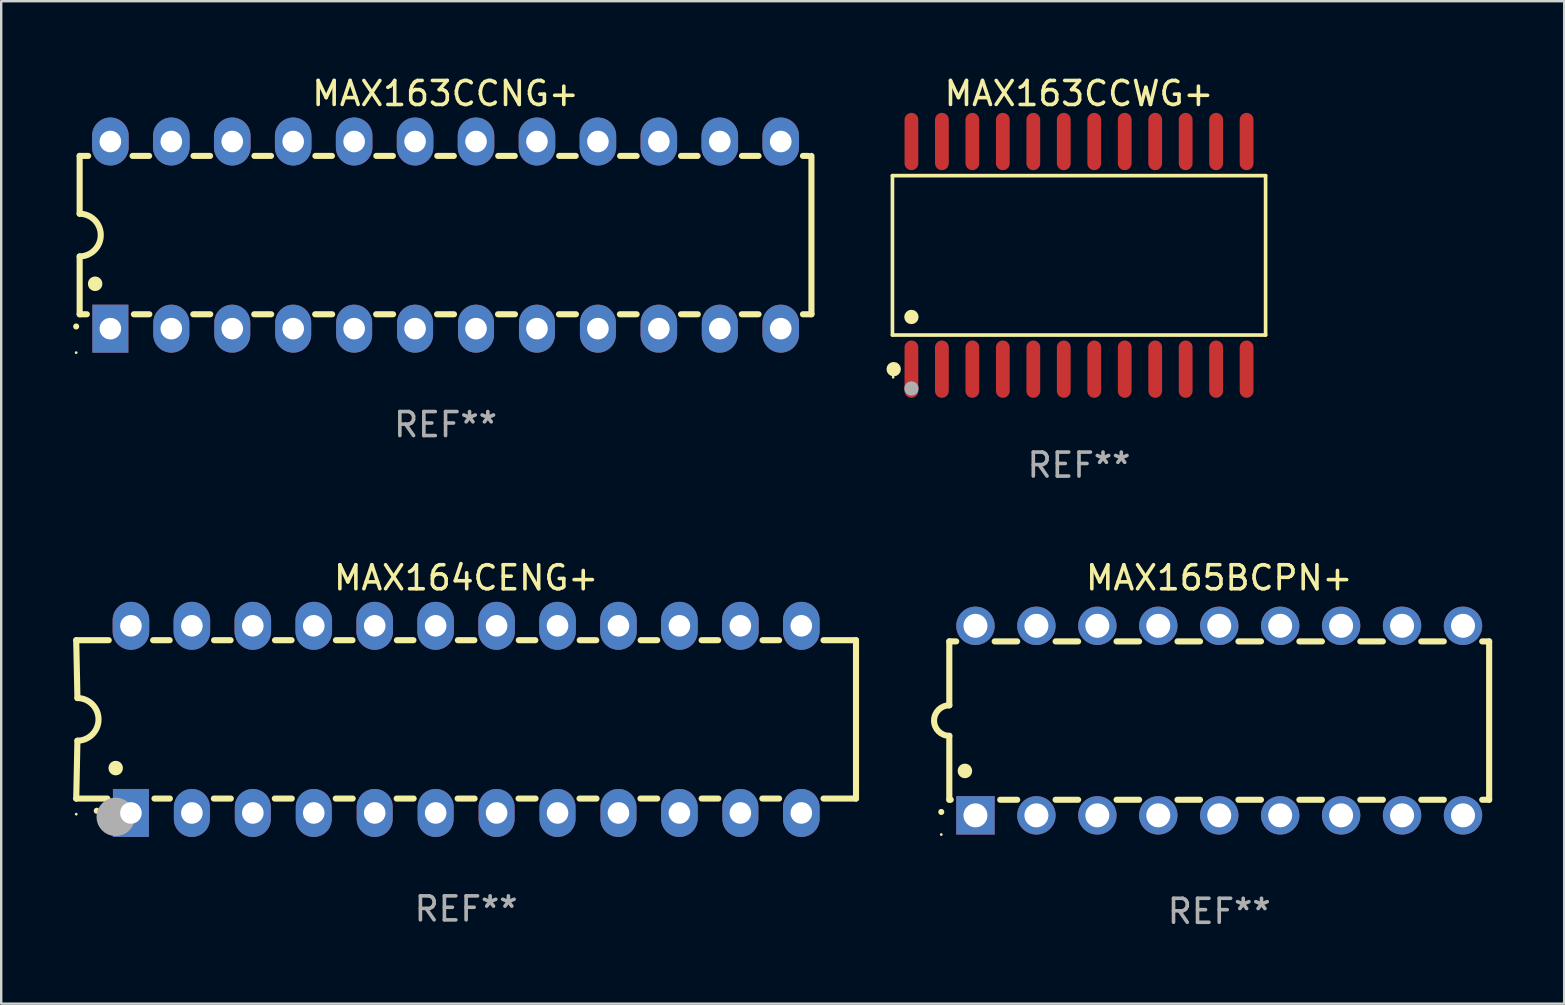
<source format=kicad_pcb>
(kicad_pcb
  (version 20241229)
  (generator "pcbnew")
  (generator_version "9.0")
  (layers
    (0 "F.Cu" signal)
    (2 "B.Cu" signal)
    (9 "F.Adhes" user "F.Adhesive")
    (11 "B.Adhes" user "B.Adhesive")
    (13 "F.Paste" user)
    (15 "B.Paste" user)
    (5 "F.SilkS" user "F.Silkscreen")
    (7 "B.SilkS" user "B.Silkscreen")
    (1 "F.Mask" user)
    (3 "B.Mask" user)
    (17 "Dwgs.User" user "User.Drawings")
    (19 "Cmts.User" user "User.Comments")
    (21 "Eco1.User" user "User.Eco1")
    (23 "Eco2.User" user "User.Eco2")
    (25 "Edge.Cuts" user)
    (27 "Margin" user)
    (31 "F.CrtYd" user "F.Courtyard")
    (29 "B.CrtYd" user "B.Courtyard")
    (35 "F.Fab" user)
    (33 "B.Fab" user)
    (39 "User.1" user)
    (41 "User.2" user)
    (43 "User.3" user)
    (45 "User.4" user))
  (footprint "MAX163CCWG+"
    (layer "F.Cu")
    (at 41.922 7.592)
    (property "Reference" "MAX163CCWG+" (at 0 -6.744 0) (layer "F.SilkS") (effects (font (size 1 1) (thickness 0.15))))
    (attr through_hole)
    (fp_line (start -7.776 -3.321) (end 7.776 -3.321) (stroke (width 0.152) (type solid)) (layer "F.SilkS"))
    (fp_line (start -7.776 3.321) (end -7.776 -3.321) (stroke (width 0.152) (type solid)) (layer "F.SilkS"))
    (fp_line (start 7.776 -3.321) (end 7.776 3.321) (stroke (width 0.152) (type solid)) (layer "F.SilkS"))
    (fp_line (start 7.776 3.321) (end -7.776 3.321) (stroke (width 0.152) (type solid)) (layer "F.SilkS"))
    (fp_circle (center -7.747 5.08) (end -7.717 5.08) (stroke (width 0.06) (type solid)) (fill no) (layer "F.SilkS"))
    (fp_circle (center -7.724 4.744) (end -7.574 4.744) (stroke (width 0.3) (type solid)) (fill no) (layer "F.SilkS"))
    (fp_circle (center -6.985 2.569) (end -6.835 2.569) (stroke (width 0.3) (type solid)) (fill no) (layer "F.SilkS"))
    (fp_circle (center -6.985 5.55) (end -6.835 5.55) (stroke (width 0.3) (type solid)) (fill no) (layer "F.Fab"))
    (fp_text user "REF**" (at 0 8.744 0) (layer "F.Fab") (effects (font (size 1 1) (thickness 0.15))))
    (pad "1" smd oval (at -6.985 4.744) (size 0.574 2.388) (layers "F.Cu" "F.Mask" "F.Paste"))
    (pad "2" smd oval (at -5.715 4.744) (size 0.574 2.388) (layers "F.Cu" "F.Mask" "F.Paste"))
    (pad "3" smd oval (at -4.445 4.744) (size 0.574 2.388) (layers "F.Cu" "F.Mask" "F.Paste"))
    (pad "4" smd oval (at -3.175 4.744) (size 0.574 2.388) (layers "F.Cu" "F.Mask" "F.Paste"))
    (pad "5" smd oval (at -1.905 4.744) (size 0.574 2.388) (layers "F.Cu" "F.Mask" "F.Paste"))
    (pad "6" smd oval (at -0.635 4.744) (size 0.574 2.388) (layers "F.Cu" "F.Mask" "F.Paste"))
    (pad "7" smd oval (at 0.635 4.744) (size 0.574 2.388) (layers "F.Cu" "F.Mask" "F.Paste"))
    (pad "8" smd oval (at 1.905 4.744) (size 0.574 2.388) (layers "F.Cu" "F.Mask" "F.Paste"))
    (pad "9" smd oval (at 3.175 4.744) (size 0.574 2.388) (layers "F.Cu" "F.Mask" "F.Paste"))
    (pad "10" smd oval (at 4.445 4.744) (size 0.574 2.388) (layers "F.Cu" "F.Mask" "F.Paste"))
    (pad "11" smd oval (at 5.715 4.744) (size 0.574 2.388) (layers "F.Cu" "F.Mask" "F.Paste"))
    (pad "12" smd oval (at 6.985 4.744) (size 0.574 2.388) (layers "F.Cu" "F.Mask" "F.Paste"))
    (pad "13" smd oval (at 6.985 -4.744) (size 0.574 2.388) (layers "F.Cu" "F.Mask" "F.Paste"))
    (pad "14" smd oval (at 5.715 -4.744) (size 0.574 2.388) (layers "F.Cu" "F.Mask" "F.Paste"))
    (pad "15" smd oval (at 4.445 -4.744) (size 0.574 2.388) (layers "F.Cu" "F.Mask" "F.Paste"))
    (pad "16" smd oval (at 3.175 -4.744) (size 0.574 2.388) (layers "F.Cu" "F.Mask" "F.Paste"))
    (pad "17" smd oval (at 1.905 -4.744) (size 0.574 2.388) (layers "F.Cu" "F.Mask" "F.Paste"))
    (pad "18" smd oval (at 0.635 -4.744) (size 0.574 2.388) (layers "F.Cu" "F.Mask" "F.Paste"))
    (pad "19" smd oval (at -0.635 -4.744) (size 0.574 2.388) (layers "F.Cu" "F.Mask" "F.Paste"))
    (pad "20" smd oval (at -1.905 -4.744) (size 0.574 2.388) (layers "F.Cu" "F.Mask" "F.Paste"))
    (pad "21" smd oval (at -3.175 -4.744) (size 0.574 2.388) (layers "F.Cu" "F.Mask" "F.Paste"))
    (pad "22" smd oval (at -4.445 -4.744) (size 0.574 2.388) (layers "F.Cu" "F.Mask" "F.Paste"))
    (pad "23" smd oval (at -5.715 -4.744) (size 0.574 2.388) (layers "F.Cu" "F.Mask" "F.Paste"))
    (pad "24" smd oval (at -6.985 -4.744) (size 0.574 2.388) (layers "F.Cu" "F.Mask" "F.Paste")))
  (footprint "MAX164CENG+"
    (layer "F.Cu")
    (at 16.377 26.933)
    (property "Reference" "MAX164CENG+" (at 0 -5.9 0) (layer "F.SilkS") (effects (font (size 1 1) (thickness 0.15))))
    (attr through_hole)
    (fp_line (start -16.25 -3.3) (end -16.2 -0.889) (stroke (width 0.254) (type solid)) (layer "F.SilkS"))
    (fp_line (start -16.25 -3.3) (end -14.895 -3.3) (stroke (width 0.254) (type solid)) (layer "F.SilkS"))
    (fp_line (start -16.25 3.3) (end -16.2 0.889) (stroke (width 0.254) (type solid)) (layer "F.SilkS"))
    (fp_line (start -16.25 3.3) (end -14.951 3.3) (stroke (width 0.254) (type solid)) (layer "F.SilkS"))
    (fp_line (start -13.045 -3.3) (end -12.355 -3.3) (stroke (width 0.254) (type solid)) (layer "F.SilkS"))
    (fp_line (start -12.989 3.3) (end -12.347 3.3) (stroke (width 0.254) (type solid)) (layer "F.SilkS"))
    (fp_line (start -10.514 3.3) (end -9.807 3.3) (stroke (width 0.254) (type solid)) (layer "F.SilkS"))
    (fp_line (start -10.505 -3.3) (end -9.815 -3.3) (stroke (width 0.254) (type solid)) (layer "F.SilkS"))
    (fp_line (start -7.974 3.3) (end -7.267 3.3) (stroke (width 0.254) (type solid)) (layer "F.SilkS"))
    (fp_line (start -7.965 -3.3) (end -7.275 -3.3) (stroke (width 0.254) (type solid)) (layer "F.SilkS"))
    (fp_line (start -5.434 3.3) (end -4.727 3.3) (stroke (width 0.254) (type solid)) (layer "F.SilkS"))
    (fp_line (start -5.425 -3.3) (end -4.735 -3.3) (stroke (width 0.254) (type solid)) (layer "F.SilkS"))
    (fp_line (start -2.894 3.3) (end -2.187 3.3) (stroke (width 0.254) (type solid)) (layer "F.SilkS"))
    (fp_line (start -2.885 -3.3) (end -2.195 -3.3) (stroke (width 0.254) (type solid)) (layer "F.SilkS"))
    (fp_line (start -0.354 3.3) (end 0.353 3.3) (stroke (width 0.254) (type solid)) (layer "F.SilkS"))
    (fp_line (start -0.345 -3.3) (end 0.345 -3.3) (stroke (width 0.254) (type solid)) (layer "F.SilkS"))
    (fp_line (start 2.186 3.3) (end 2.893 3.3) (stroke (width 0.254) (type solid)) (layer "F.SilkS"))
    (fp_line (start 2.195 -3.3) (end 2.885 -3.3) (stroke (width 0.254) (type solid)) (layer "F.SilkS"))
    (fp_line (start 4.726 3.3) (end 5.434 3.3) (stroke (width 0.254) (type solid)) (layer "F.SilkS"))
    (fp_line (start 4.735 -3.3) (end 5.425 -3.3) (stroke (width 0.254) (type solid)) (layer "F.SilkS"))
    (fp_line (start 7.266 3.3) (end 7.965 3.3) (stroke (width 0.254) (type solid)) (layer "F.SilkS"))
    (fp_line (start 7.275 -3.3) (end 7.965 -3.3) (stroke (width 0.254) (type solid)) (layer "F.SilkS"))
    (fp_line (start 9.815 -3.3) (end 10.505 -3.3) (stroke (width 0.254) (type solid)) (layer "F.SilkS"))
    (fp_line (start 9.815 3.3) (end 10.514 3.3) (stroke (width 0.254) (type solid)) (layer "F.SilkS"))
    (fp_line (start 12.346 3.3) (end 13.045 3.3) (stroke (width 0.254) (type solid)) (layer "F.SilkS"))
    (fp_line (start 12.355 -3.3) (end 13.045 -3.3) (stroke (width 0.254) (type solid)) (layer "F.SilkS"))
    (fp_line (start 16.25 -3.3) (end 14.895 -3.3) (stroke (width 0.254) (type solid)) (layer "F.SilkS"))
    (fp_line (start 16.25 -3.3) (end 16.25 3.3) (stroke (width 0.254) (type solid)) (layer "F.SilkS"))
    (fp_line (start 16.25 3.3) (end 14.895 3.3) (stroke (width 0.254) (type solid)) (layer "F.SilkS"))
    (fp_arc (start -16.201016 -0.890146) (mid -15.311429 -0.001055) (end -16.200025 0.889027) (stroke (width 0.254001) (type solid)) (layer "F.SilkS"))
    (fp_arc (start -15.394971 3.810033) (mid -15.394978 3.808763) (end -15.394971 3.807493) (stroke (width 0.25) (type solid)) (layer "F.SilkS"))
    (fp_arc (start -14.605029 2.032029) (mid -14.60504 2.029489) (end -14.605029 2.026949) (stroke (width 0.6) (type solid)) (layer "F.SilkS"))
    (fp_circle (center -16.25 3.95) (end -16.22 3.95) (stroke (width 0.06) (type solid)) (fill no) (layer "F.SilkS"))
    (fp_circle (center -14.605 4.064) (end -14.205 4.064) (stroke (width 0.8) (type solid)) (fill no) (layer "F.Fab"))
    (fp_text user "REF**" (at 0 7.9 0) (layer "F.Fab") (effects (font (size 1 1) (thickness 0.15))))
    (pad "1" thru_hole rect (at -13.97 3.9 90) (size 2 1.5) (drill 0.9) (layers "*.Cu" "*.Mask"))
    (pad "2" thru_hole oval (at -11.43 3.9 90) (size 2 1.5) (drill 0.9) (layers "*.Cu" "*.Mask"))
    (pad "3" thru_hole oval (at -8.89 3.9 90) (size 2 1.5) (drill 0.9) (layers "*.Cu" "*.Mask"))
    (pad "4" thru_hole oval (at -6.35 3.9 90) (size 2 1.5) (drill 0.9) (layers "*.Cu" "*.Mask"))
    (pad "5" thru_hole oval (at -3.81 3.9 90) (size 2 1.5) (drill 0.9) (layers "*.Cu" "*.Mask"))
    (pad "6" thru_hole oval (at -1.27 3.9 90) (size 2 1.5) (drill 0.9) (layers "*.Cu" "*.Mask"))
    (pad "7" thru_hole oval (at 1.27 3.9 90) (size 2 1.5) (drill 0.9) (layers "*.Cu" "*.Mask"))
    (pad "8" thru_hole oval (at 3.81 3.9 90) (size 2 1.5) (drill 0.9) (layers "*.Cu" "*.Mask"))
    (pad "9" thru_hole oval (at 6.35 3.9 90) (size 2 1.5) (drill 0.9) (layers "*.Cu" "*.Mask"))
    (pad "10" thru_hole oval (at 8.89 3.9 90) (size 2 1.524) (drill 0.9) (layers "*.Cu" "*.Mask"))
    (pad "11" thru_hole oval (at 11.43 3.9 90) (size 2 1.5) (drill 0.9) (layers "*.Cu" "*.Mask"))
    (pad "12" thru_hole oval (at 13.97 3.9 90) (size 2 1.524) (drill 0.9) (layers "*.Cu" "*.Mask"))
    (pad "13" thru_hole oval (at 13.97 -3.9 90) (size 2 1.524) (drill 0.9) (layers "*.Cu" "*.Mask"))
    (pad "14" thru_hole oval (at 11.43 -3.9 90) (size 2 1.524) (drill 0.9) (layers "*.Cu" "*.Mask"))
    (pad "15" thru_hole oval (at 8.89 -3.9 90) (size 2 1.524) (drill 0.9) (layers "*.Cu" "*.Mask"))
    (pad "16" thru_hole oval (at 6.35 -3.9 90) (size 2 1.524) (drill 0.9) (layers "*.Cu" "*.Mask"))
    (pad "17" thru_hole oval (at 3.81 -3.9 90) (size 2 1.524) (drill 0.9) (layers "*.Cu" "*.Mask"))
    (pad "18" thru_hole oval (at 1.27 -3.9 90) (size 2 1.524) (drill 0.9) (layers "*.Cu" "*.Mask"))
    (pad "19" thru_hole oval (at -1.27 -3.9 90) (size 2 1.524) (drill 0.9) (layers "*.Cu" "*.Mask"))
    (pad "20" thru_hole oval (at -3.81 -3.9 90) (size 2 1.524) (drill 0.9) (layers "*.Cu" "*.Mask"))
    (pad "21" thru_hole oval (at -6.35 -3.9 90) (size 2 1.524) (drill 0.9) (layers "*.Cu" "*.Mask"))
    (pad "22" thru_hole oval (at -8.89 -3.9 90) (size 2 1.524) (drill 0.9) (layers "*.Cu" "*.Mask"))
    (pad "23" thru_hole oval (at -11.43 -3.9 90) (size 2 1.524) (drill 0.9) (layers "*.Cu" "*.Mask"))
    (pad "24" thru_hole oval (at -13.97 -3.9 90) (size 2 1.524) (drill 0.9) (layers "*.Cu" "*.Mask")))
  (footprint "MAX165BCPN+"
    (layer "F.Cu")
    (at 47.766 26.983)
    (property "Reference" "MAX165BCPN+" (at 0 -5.95 0) (layer "F.SilkS") (effects (font (size 1 1) (thickness 0.15))))
    (attr through_hole)
    (fp_line (start -11.25 -3.3) (end -11.25 -0.635) (stroke (width 0.254) (type solid)) (layer "F.SilkS"))
    (fp_line (start -11.25 -3.3) (end -10.96 -3.3) (stroke (width 0.254) (type solid)) (layer "F.SilkS"))
    (fp_line (start -11.25 3.3) (end -11.25 0.635) (stroke (width 0.254) (type solid)) (layer "F.SilkS"))
    (fp_line (start -11.25 3.3) (end -11.191 3.3) (stroke (width 0.254) (type solid)) (layer "F.SilkS"))
    (fp_line (start -9.36 -3.3) (end -8.42 -3.3) (stroke (width 0.254) (type solid)) (layer "F.SilkS"))
    (fp_line (start -9.129 3.3) (end -8.42 3.3) (stroke (width 0.254) (type solid)) (layer "F.SilkS"))
    (fp_line (start -6.82 -3.3) (end -5.88 -3.3) (stroke (width 0.254) (type solid)) (layer "F.SilkS"))
    (fp_line (start -6.82 3.3) (end -5.88 3.3) (stroke (width 0.254) (type solid)) (layer "F.SilkS"))
    (fp_line (start -4.28 -3.3) (end -3.34 -3.3) (stroke (width 0.254) (type solid)) (layer "F.SilkS"))
    (fp_line (start -4.28 3.3) (end -3.34 3.3) (stroke (width 0.254) (type solid)) (layer "F.SilkS"))
    (fp_line (start -1.74 -3.3) (end -0.8 -3.3) (stroke (width 0.254) (type solid)) (layer "F.SilkS"))
    (fp_line (start -1.74 3.3) (end -0.8 3.3) (stroke (width 0.254) (type solid)) (layer "F.SilkS"))
    (fp_line (start 0.8 -3.3) (end 1.74 -3.3) (stroke (width 0.254) (type solid)) (layer "F.SilkS"))
    (fp_line (start 0.8 3.3) (end 1.74 3.3) (stroke (width 0.254) (type solid)) (layer "F.SilkS"))
    (fp_line (start 3.34 -3.3) (end 4.28 -3.3) (stroke (width 0.254) (type solid)) (layer "F.SilkS"))
    (fp_line (start 3.34 3.3) (end 4.28 3.3) (stroke (width 0.254) (type solid)) (layer "F.SilkS"))
    (fp_line (start 5.88 -3.3) (end 6.82 -3.3) (stroke (width 0.254) (type solid)) (layer "F.SilkS"))
    (fp_line (start 5.88 3.3) (end 6.82 3.3) (stroke (width 0.254) (type solid)) (layer "F.SilkS"))
    (fp_line (start 8.42 -3.3) (end 9.36 -3.3) (stroke (width 0.254) (type solid)) (layer "F.SilkS"))
    (fp_line (start 8.42 3.3) (end 9.36 3.3) (stroke (width 0.254) (type solid)) (layer "F.SilkS"))
    (fp_line (start 10.96 -3.3) (end 11.25 -3.3) (stroke (width 0.254) (type solid)) (layer "F.SilkS"))
    (fp_line (start 10.96 3.3) (end 11.25 3.3) (stroke (width 0.254) (type solid)) (layer "F.SilkS"))
    (fp_line (start 11.25 -3.3) (end 11.25 3.3) (stroke (width 0.254) (type solid)) (layer "F.SilkS"))
    (fp_arc (start -11.584963 3.810008) (mid -11.58497 3.808738) (end -11.584963 3.807468) (stroke (width 0.25) (type solid)) (layer "F.SilkS"))
    (fp_arc (start -11.250013 0.635001) (mid -11.884684 -0.000165) (end -11.249683 -0.635001) (stroke (width 0.254001) (type solid)) (layer "F.SilkS"))
    (fp_arc (start -10.600025 2.1) (mid -10.600036 2.09746) (end -10.600025 2.09492) (stroke (width 0.6) (type solid)) (layer "F.SilkS"))
    (fp_circle (center -11.585 4.75) (end -11.555 4.75) (stroke (width 0.06) (type solid)) (fill no) (layer "F.SilkS"))
    (fp_text user "REF**" (at 0 7.95 0) (layer "F.Fab") (effects (font (size 1 1) (thickness 0.15))))
    (pad "1" thru_hole rect (at -10.16 3.95 90) (size 1.6 1.6) (drill 1) (layers "*.Cu" "*.Mask"))
    (pad "2" thru_hole circle (at -7.62 3.95 90) (size 1.6 1.6) (drill 1) (layers "*.Cu" "*.Mask"))
    (pad "3" thru_hole circle (at -5.08 3.95 90) (size 1.6 1.6) (drill 1) (layers "*.Cu" "*.Mask"))
    (pad "4" thru_hole circle (at -2.54 3.95 90) (size 1.6 1.6) (drill 1) (layers "*.Cu" "*.Mask"))
    (pad "5" thru_hole circle (at 0 3.95 90) (size 1.6 1.6) (drill 1) (layers "*.Cu" "*.Mask"))
    (pad "6" thru_hole circle (at 2.54 3.95 90) (size 1.6 1.6) (drill 1) (layers "*.Cu" "*.Mask"))
    (pad "7" thru_hole circle (at 5.08 3.95 90) (size 1.6 1.6) (drill 1) (layers "*.Cu" "*.Mask"))
    (pad "8" thru_hole circle (at 7.62 3.95 90) (size 1.6 1.6) (drill 1) (layers "*.Cu" "*.Mask"))
    (pad "9" thru_hole circle (at 10.16 3.95 90) (size 1.6 1.6) (drill 1) (layers "*.Cu" "*.Mask"))
    (pad "10" thru_hole circle (at 10.16 -3.95 90) (size 1.6 1.6) (drill 1) (layers "*.Cu" "*.Mask"))
    (pad "11" thru_hole circle (at 7.62 -3.95 90) (size 1.6 1.6) (drill 1) (layers "*.Cu" "*.Mask"))
    (pad "12" thru_hole circle (at 5.08 -3.95 90) (size 1.6 1.6) (drill 1) (layers "*.Cu" "*.Mask"))
    (pad "13" thru_hole circle (at 2.54 -3.95 90) (size 1.6 1.6) (drill 1) (layers "*.Cu" "*.Mask"))
    (pad "14" thru_hole circle (at 0 -3.95 90) (size 1.6 1.6) (drill 1) (layers "*.Cu" "*.Mask"))
    (pad "15" thru_hole circle (at -2.54 -3.95 90) (size 1.6 1.6) (drill 1) (layers "*.Cu" "*.Mask"))
    (pad "16" thru_hole circle (at -5.08 -3.95 90) (size 1.6 1.6) (drill 1) (layers "*.Cu" "*.Mask"))
    (pad "17" thru_hole circle (at -7.62 -3.95 90) (size 1.6 1.6) (drill 1) (layers "*.Cu" "*.Mask"))
    (pad "18" thru_hole circle (at -10.16 -3.95 90) (size 1.6 1.6) (drill 1) (layers "*.Cu" "*.Mask")))
  (footprint "MAX163CCNG+"
    (layer "F.Cu")
    (at 15.52 6.748)
    (property "Reference" "MAX163CCNG+" (at 0 -5.9 0) (layer "F.SilkS") (effects (font (size 1 1) (thickness 0.15))))
    (attr through_hole)
    (fp_line (start -15.25 -3.3) (end -15.25 -0.889) (stroke (width 0.254) (type solid)) (layer "F.SilkS"))
    (fp_line (start -15.25 -3.3) (end -14.895 -3.3) (stroke (width 0.254) (type solid)) (layer "F.SilkS"))
    (fp_line (start -15.25 3.3) (end -15.25 0.889) (stroke (width 0.254) (type solid)) (layer "F.SilkS"))
    (fp_line (start -15.25 3.3) (end -14.951 3.3) (stroke (width 0.254) (type solid)) (layer "F.SilkS"))
    (fp_line (start -13.045 -3.3) (end -12.355 -3.3) (stroke (width 0.254) (type solid)) (layer "F.SilkS"))
    (fp_line (start -12.989 3.3) (end -12.347 3.3) (stroke (width 0.254) (type solid)) (layer "F.SilkS"))
    (fp_line (start -10.514 3.3) (end -9.807 3.3) (stroke (width 0.254) (type solid)) (layer "F.SilkS"))
    (fp_line (start -10.505 -3.3) (end -9.815 -3.3) (stroke (width 0.254) (type solid)) (layer "F.SilkS"))
    (fp_line (start -7.974 3.3) (end -7.267 3.3) (stroke (width 0.254) (type solid)) (layer "F.SilkS"))
    (fp_line (start -7.965 -3.3) (end -7.275 -3.3) (stroke (width 0.254) (type solid)) (layer "F.SilkS"))
    (fp_line (start -5.434 3.3) (end -4.727 3.3) (stroke (width 0.254) (type solid)) (layer "F.SilkS"))
    (fp_line (start -5.425 -3.3) (end -4.735 -3.3) (stroke (width 0.254) (type solid)) (layer "F.SilkS"))
    (fp_line (start -2.894 3.3) (end -2.187 3.3) (stroke (width 0.254) (type solid)) (layer "F.SilkS"))
    (fp_line (start -2.885 -3.3) (end -2.195 -3.3) (stroke (width 0.254) (type solid)) (layer "F.SilkS"))
    (fp_line (start -0.354 3.3) (end 0.353 3.3) (stroke (width 0.254) (type solid)) (layer "F.SilkS"))
    (fp_line (start -0.345 -3.3) (end 0.345 -3.3) (stroke (width 0.254) (type solid)) (layer "F.SilkS"))
    (fp_line (start 2.186 3.3) (end 2.893 3.3) (stroke (width 0.254) (type solid)) (layer "F.SilkS"))
    (fp_line (start 2.195 -3.3) (end 2.885 -3.3) (stroke (width 0.254) (type solid)) (layer "F.SilkS"))
    (fp_line (start 4.726 3.3) (end 5.434 3.3) (stroke (width 0.254) (type solid)) (layer "F.SilkS"))
    (fp_line (start 4.735 -3.3) (end 5.425 -3.3) (stroke (width 0.254) (type solid)) (layer "F.SilkS"))
    (fp_line (start 7.266 3.3) (end 7.965 3.3) (stroke (width 0.254) (type solid)) (layer "F.SilkS"))
    (fp_line (start 7.275 -3.3) (end 7.965 -3.3) (stroke (width 0.254) (type solid)) (layer "F.SilkS"))
    (fp_line (start 9.815 -3.3) (end 10.505 -3.3) (stroke (width 0.254) (type solid)) (layer "F.SilkS"))
    (fp_line (start 9.815 3.3) (end 10.514 3.3) (stroke (width 0.254) (type solid)) (layer "F.SilkS"))
    (fp_line (start 12.346 3.3) (end 13.045 3.3) (stroke (width 0.254) (type solid)) (layer "F.SilkS"))
    (fp_line (start 12.355 -3.3) (end 13.045 -3.3) (stroke (width 0.254) (type solid)) (layer "F.SilkS"))
    (fp_line (start 14.895 -3.3) (end 15.113 -3.3) (stroke (width 0.254) (type solid)) (layer "F.SilkS"))
    (fp_line (start 14.895 3.3) (end 15.25 3.3) (stroke (width 0.254) (type solid)) (layer "F.SilkS"))
    (fp_line (start 15.25 -3.3) (end 15.25 3.3) (stroke (width 0.254) (type solid)) (layer "F.SilkS"))
    (fp_arc (start -15.394971 3.810033) (mid -15.394978 3.808763) (end -15.394971 3.807493) (stroke (width 0.25) (type solid)) (layer "F.SilkS"))
    (fp_arc (start -15.251053 -0.890146) (mid -14.361467 -0.001067) (end -15.250038 0.889027) (stroke (width 0.254001) (type solid)) (layer "F.SilkS"))
    (fp_arc (start -14.605029 2.032029) (mid -14.60504 2.029489) (end -14.605029 2.026949) (stroke (width 0.6) (type solid)) (layer "F.SilkS"))
    (fp_circle (center -15.395 4.9) (end -15.365 4.9) (stroke (width 0.06) (type solid)) (fill no) (layer "F.SilkS"))
    (fp_text user "REF**" (at 0 7.9 0) (layer "F.Fab") (effects (font (size 1 1) (thickness 0.15))))
    (pad "1" thru_hole rect (at -13.97 3.9 90) (size 2 1.5) (drill 0.9) (layers "*.Cu" "*.Mask"))
    (pad "2" thru_hole oval (at -11.43 3.9 90) (size 2 1.5) (drill 0.9) (layers "*.Cu" "*.Mask"))
    (pad "3" thru_hole oval (at -8.89 3.9 90) (size 2 1.5) (drill 0.9) (layers "*.Cu" "*.Mask"))
    (pad "4" thru_hole oval (at -6.35 3.9 90) (size 2 1.5) (drill 0.9) (layers "*.Cu" "*.Mask"))
    (pad "5" thru_hole oval (at -3.81 3.9 90) (size 2 1.5) (drill 0.9) (layers "*.Cu" "*.Mask"))
    (pad "6" thru_hole oval (at -1.27 3.9 90) (size 2 1.5) (drill 0.9) (layers "*.Cu" "*.Mask"))
    (pad "7" thru_hole oval (at 1.27 3.9 90) (size 2 1.5) (drill 0.9) (layers "*.Cu" "*.Mask"))
    (pad "8" thru_hole oval (at 3.81 3.9 90) (size 2 1.5) (drill 0.9) (layers "*.Cu" "*.Mask"))
    (pad "9" thru_hole oval (at 6.35 3.9 90) (size 2 1.5) (drill 0.9) (layers "*.Cu" "*.Mask"))
    (pad "10" thru_hole oval (at 8.89 3.9 90) (size 2 1.524) (drill 0.9) (layers "*.Cu" "*.Mask"))
    (pad "11" thru_hole oval (at 11.43 3.9 90) (size 2 1.5) (drill 0.9) (layers "*.Cu" "*.Mask"))
    (pad "12" thru_hole oval (at 13.97 3.9 90) (size 2 1.524) (drill 0.9) (layers "*.Cu" "*.Mask"))
    (pad "13" thru_hole oval (at 13.97 -3.9 90) (size 2 1.524) (drill 0.9) (layers "*.Cu" "*.Mask"))
    (pad "14" thru_hole oval (at 11.43 -3.9 90) (size 2 1.524) (drill 0.9) (layers "*.Cu" "*.Mask"))
    (pad "15" thru_hole oval (at 8.89 -3.9 90) (size 2 1.524) (drill 0.9) (layers "*.Cu" "*.Mask"))
    (pad "16" thru_hole oval (at 6.35 -3.9 90) (size 2 1.524) (drill 0.9) (layers "*.Cu" "*.Mask"))
    (pad "17" thru_hole oval (at 3.81 -3.9 90) (size 2 1.524) (drill 0.9) (layers "*.Cu" "*.Mask"))
    (pad "18" thru_hole oval (at 1.27 -3.9 90) (size 2 1.524) (drill 0.9) (layers "*.Cu" "*.Mask"))
    (pad "19" thru_hole oval (at -1.27 -3.9 90) (size 2 1.524) (drill 0.9) (layers "*.Cu" "*.Mask"))
    (pad "20" thru_hole oval (at -3.81 -3.9 90) (size 2 1.524) (drill 0.9) (layers "*.Cu" "*.Mask"))
    (pad "21" thru_hole oval (at -6.35 -3.9 90) (size 2 1.524) (drill 0.9) (layers "*.Cu" "*.Mask"))
    (pad "22" thru_hole oval (at -8.89 -3.9 90) (size 2 1.524) (drill 0.9) (layers "*.Cu" "*.Mask"))
    (pad "23" thru_hole oval (at -11.43 -3.9 90) (size 2 1.524) (drill 0.9) (layers "*.Cu" "*.Mask"))
    (pad "24" thru_hole oval (at -13.97 -3.9 90) (size 2 1.524) (drill 0.9) (layers "*.Cu" "*.Mask")))
  (gr_rect
    (start -3 -3)
    (end 62.143 38.781)
    (stroke (width 0.1) (type default))
    (fill no)
    (layer "Edge.Cuts")))
</source>
